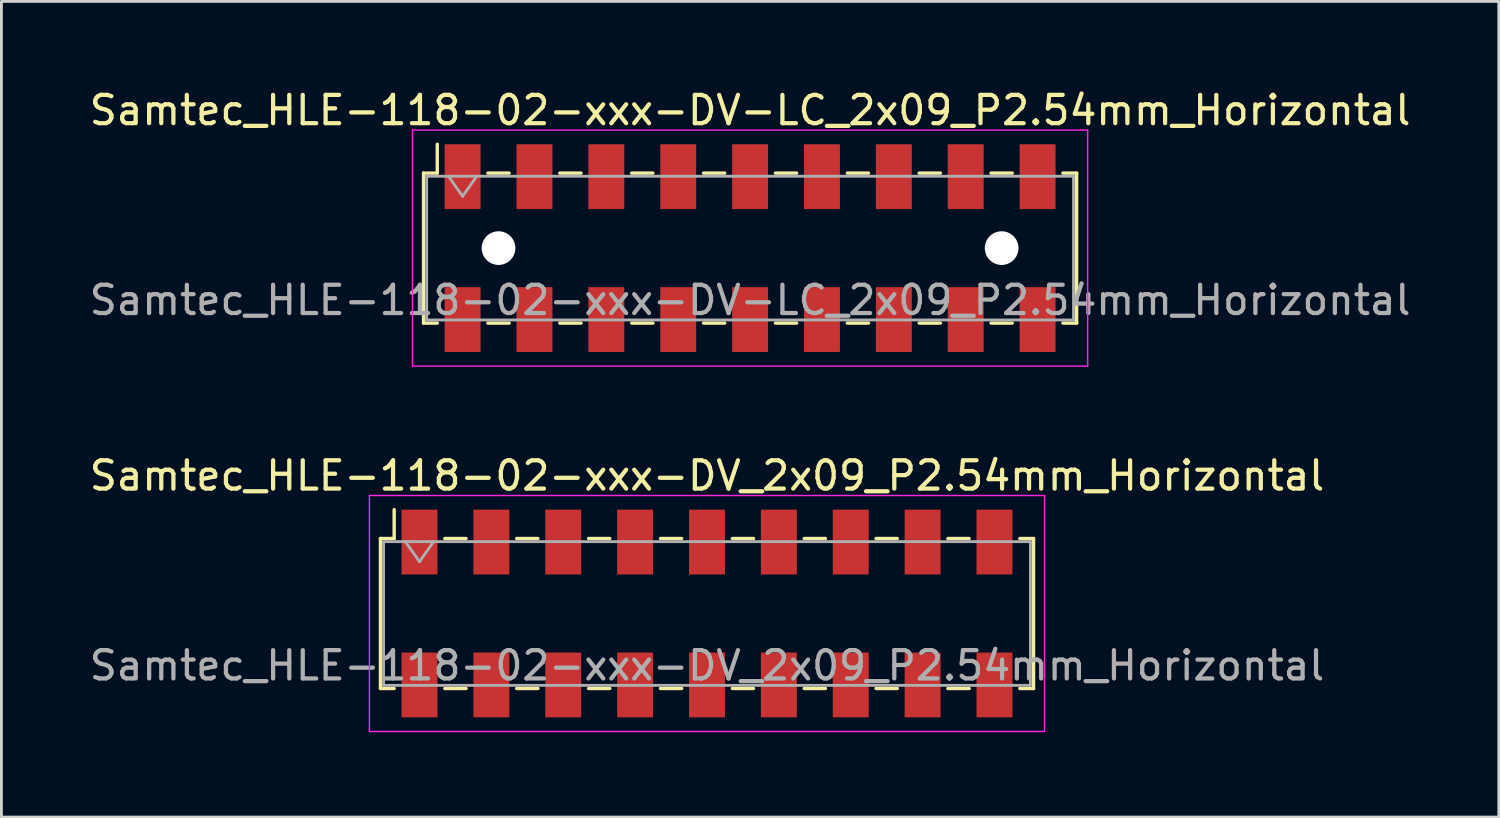
<source format=kicad_pcb>
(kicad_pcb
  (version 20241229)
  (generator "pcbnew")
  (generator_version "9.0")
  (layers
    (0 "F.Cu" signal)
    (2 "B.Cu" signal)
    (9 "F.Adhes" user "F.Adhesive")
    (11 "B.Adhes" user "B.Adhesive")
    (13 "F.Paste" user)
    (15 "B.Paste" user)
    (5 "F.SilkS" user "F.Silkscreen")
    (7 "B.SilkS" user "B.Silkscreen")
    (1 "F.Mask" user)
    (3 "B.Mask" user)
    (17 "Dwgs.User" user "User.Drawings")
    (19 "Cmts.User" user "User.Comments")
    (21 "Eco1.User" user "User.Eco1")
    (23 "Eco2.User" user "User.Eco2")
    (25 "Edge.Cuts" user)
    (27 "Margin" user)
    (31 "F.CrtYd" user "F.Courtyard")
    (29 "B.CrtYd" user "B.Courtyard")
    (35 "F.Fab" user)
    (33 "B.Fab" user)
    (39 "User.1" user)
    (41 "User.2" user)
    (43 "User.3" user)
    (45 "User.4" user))
  (footprint "Samtec_HLE-118-02-xxx-DV_2x09_P2.54mm_Horizontal"
    (layer "F.Cu")
    (at 21.935 18.631)
    (property "Reference" "Samtec_HLE-118-02-xxx-DV_2x09_P2.54mm_Horizontal" (at 0 -4.87 0) (layer "F.SilkS") (effects (font (size 1 1) (thickness 0.15))))
    (attr smd)
    (fp_line (start -11.54 -2.65) (end -11.54 2.65) (stroke (width 0.12) (type solid)) (layer "F.SilkS"))
    (fp_line (start -11.54 2.65) (end -11.055 2.65) (stroke (width 0.12) (type solid)) (layer "F.SilkS"))
    (fp_line (start -11.055 -3.67) (end -11.055 -2.65) (stroke (width 0.12) (type solid)) (layer "F.SilkS"))
    (fp_line (start -11.055 -2.65) (end -11.54 -2.65) (stroke (width 0.12) (type solid)) (layer "F.SilkS"))
    (fp_line (start -9.265 -2.65) (end -8.515 -2.65) (stroke (width 0.12) (type solid)) (layer "F.SilkS"))
    (fp_line (start -9.265 2.65) (end -8.515 2.65) (stroke (width 0.12) (type solid)) (layer "F.SilkS"))
    (fp_line (start -6.725 -2.65) (end -5.975 -2.65) (stroke (width 0.12) (type solid)) (layer "F.SilkS"))
    (fp_line (start -6.725 2.65) (end -5.975 2.65) (stroke (width 0.12) (type solid)) (layer "F.SilkS"))
    (fp_line (start -4.185 -2.65) (end -3.435 -2.65) (stroke (width 0.12) (type solid)) (layer "F.SilkS"))
    (fp_line (start -4.185 2.65) (end -3.435 2.65) (stroke (width 0.12) (type solid)) (layer "F.SilkS"))
    (fp_line (start -1.645 -2.65) (end -0.895 -2.65) (stroke (width 0.12) (type solid)) (layer "F.SilkS"))
    (fp_line (start -1.645 2.65) (end -0.895 2.65) (stroke (width 0.12) (type solid)) (layer "F.SilkS"))
    (fp_line (start 0.895 -2.65) (end 1.645 -2.65) (stroke (width 0.12) (type solid)) (layer "F.SilkS"))
    (fp_line (start 0.895 2.65) (end 1.645 2.65) (stroke (width 0.12) (type solid)) (layer "F.SilkS"))
    (fp_line (start 3.435 -2.65) (end 4.185 -2.65) (stroke (width 0.12) (type solid)) (layer "F.SilkS"))
    (fp_line (start 3.435 2.65) (end 4.185 2.65) (stroke (width 0.12) (type solid)) (layer "F.SilkS"))
    (fp_line (start 5.975 -2.65) (end 6.725 -2.65) (stroke (width 0.12) (type solid)) (layer "F.SilkS"))
    (fp_line (start 5.975 2.65) (end 6.725 2.65) (stroke (width 0.12) (type solid)) (layer "F.SilkS"))
    (fp_line (start 8.515 -2.65) (end 9.265 -2.65) (stroke (width 0.12) (type solid)) (layer "F.SilkS"))
    (fp_line (start 8.515 2.65) (end 9.265 2.65) (stroke (width 0.12) (type solid)) (layer "F.SilkS"))
    (fp_line (start 11.055 -2.65) (end 11.54 -2.65) (stroke (width 0.12) (type solid)) (layer "F.SilkS"))
    (fp_line (start 11.54 -2.65) (end 11.54 2.65) (stroke (width 0.12) (type solid)) (layer "F.SilkS"))
    (fp_line (start 11.54 2.65) (end 11.055 2.65) (stroke (width 0.12) (type solid)) (layer "F.SilkS"))
    (fp_line (start -11.93 -4.17) (end 11.93 -4.17) (stroke (width 0.05) (type solid)) (layer "F.CrtYd"))
    (fp_line (start -11.93 4.17) (end -11.93 -4.17) (stroke (width 0.05) (type solid)) (layer "F.CrtYd"))
    (fp_line (start 11.93 -4.17) (end 11.93 4.17) (stroke (width 0.05) (type solid)) (layer "F.CrtYd"))
    (fp_line (start 11.93 4.17) (end -11.93 4.17) (stroke (width 0.05) (type solid)) (layer "F.CrtYd"))
    (fp_line (start -11.43 -2.54) (end 11.43 -2.54) (stroke (width 0.1) (type solid)) (layer "F.Fab"))
    (fp_line (start -11.43 2.54) (end -11.43 -2.54) (stroke (width 0.1) (type solid)) (layer "F.Fab"))
    (fp_line (start -10.66 -2.54) (end -10.16 -1.833) (stroke (width 0.1) (type solid)) (layer "F.Fab"))
    (fp_line (start -10.16 -1.833) (end -9.66 -2.54) (stroke (width 0.1) (type solid)) (layer "F.Fab"))
    (fp_line (start 11.43 -2.54) (end 11.43 2.54) (stroke (width 0.1) (type solid)) (layer "F.Fab"))
    (fp_line (start 11.43 2.54) (end -11.43 2.54) (stroke (width 0.1) (type solid)) (layer "F.Fab"))
    (fp_text user "${REFERENCE}" (at 0 1.84 0) (layer "F.Fab") (effects (font (size 1 1) (thickness 0.15))))
    (pad "1" smd rect (at -10.16 -2.525) (size 1.27 2.29) (layers "F.Cu" "F.Mask" "F.Paste"))
    (pad "2" smd rect (at -10.16 2.525) (size 1.27 2.29) (layers "F.Cu" "F.Mask" "F.Paste"))
    (pad "3" smd rect (at -7.62 -2.525) (size 1.27 2.29) (layers "F.Cu" "F.Mask" "F.Paste"))
    (pad "4" smd rect (at -7.62 2.525) (size 1.27 2.29) (layers "F.Cu" "F.Mask" "F.Paste"))
    (pad "5" smd rect (at -5.08 -2.525) (size 1.27 2.29) (layers "F.Cu" "F.Mask" "F.Paste"))
    (pad "6" smd rect (at -5.08 2.525) (size 1.27 2.29) (layers "F.Cu" "F.Mask" "F.Paste"))
    (pad "7" smd rect (at -2.54 -2.525) (size 1.27 2.29) (layers "F.Cu" "F.Mask" "F.Paste"))
    (pad "8" smd rect (at -2.54 2.525) (size 1.27 2.29) (layers "F.Cu" "F.Mask" "F.Paste"))
    (pad "9" smd rect (at 0 -2.525) (size 1.27 2.29) (layers "F.Cu" "F.Mask" "F.Paste"))
    (pad "10" smd rect (at 0 2.525) (size 1.27 2.29) (layers "F.Cu" "F.Mask" "F.Paste"))
    (pad "11" smd rect (at 2.54 -2.525) (size 1.27 2.29) (layers "F.Cu" "F.Mask" "F.Paste"))
    (pad "12" smd rect (at 2.54 2.525) (size 1.27 2.29) (layers "F.Cu" "F.Mask" "F.Paste"))
    (pad "13" smd rect (at 5.08 -2.525) (size 1.27 2.29) (layers "F.Cu" "F.Mask" "F.Paste"))
    (pad "14" smd rect (at 5.08 2.525) (size 1.27 2.29) (layers "F.Cu" "F.Mask" "F.Paste"))
    (pad "15" smd rect (at 7.62 -2.525) (size 1.27 2.29) (layers "F.Cu" "F.Mask" "F.Paste"))
    (pad "16" smd rect (at 7.62 2.525) (size 1.27 2.29) (layers "F.Cu" "F.Mask" "F.Paste"))
    (pad "17" smd rect (at 10.16 -2.525) (size 1.27 2.29) (layers "F.Cu" "F.Mask" "F.Paste"))
    (pad "18" smd rect (at 10.16 2.525) (size 1.27 2.29) (layers "F.Cu" "F.Mask" "F.Paste")))
  (footprint "Samtec_HLE-118-02-xxx-DV-LC_2x09_P2.54mm_Horizontal"
    (layer "F.Cu")
    (at 23.458 5.718)
    (property "Reference" "Samtec_HLE-118-02-xxx-DV-LC_2x09_P2.54mm_Horizontal" (at 0 -4.87 0) (layer "F.SilkS") (effects (font (size 1 1) (thickness 0.15))))
    (attr smd)
    (fp_line (start -11.54 -2.65) (end -11.54 2.65) (stroke (width 0.12) (type solid)) (layer "F.SilkS"))
    (fp_line (start -11.54 2.65) (end -11.055 2.65) (stroke (width 0.12) (type solid)) (layer "F.SilkS"))
    (fp_line (start -11.055 -3.67) (end -11.055 -2.65) (stroke (width 0.12) (type solid)) (layer "F.SilkS"))
    (fp_line (start -11.055 -2.65) (end -11.54 -2.65) (stroke (width 0.12) (type solid)) (layer "F.SilkS"))
    (fp_line (start -9.265 -2.65) (end -8.515 -2.65) (stroke (width 0.12) (type solid)) (layer "F.SilkS"))
    (fp_line (start -9.265 2.65) (end -8.515 2.65) (stroke (width 0.12) (type solid)) (layer "F.SilkS"))
    (fp_line (start -6.725 -2.65) (end -5.975 -2.65) (stroke (width 0.12) (type solid)) (layer "F.SilkS"))
    (fp_line (start -6.725 2.65) (end -5.975 2.65) (stroke (width 0.12) (type solid)) (layer "F.SilkS"))
    (fp_line (start -4.185 -2.65) (end -3.435 -2.65) (stroke (width 0.12) (type solid)) (layer "F.SilkS"))
    (fp_line (start -4.185 2.65) (end -3.435 2.65) (stroke (width 0.12) (type solid)) (layer "F.SilkS"))
    (fp_line (start -1.645 -2.65) (end -0.895 -2.65) (stroke (width 0.12) (type solid)) (layer "F.SilkS"))
    (fp_line (start -1.645 2.65) (end -0.895 2.65) (stroke (width 0.12) (type solid)) (layer "F.SilkS"))
    (fp_line (start 0.895 -2.65) (end 1.645 -2.65) (stroke (width 0.12) (type solid)) (layer "F.SilkS"))
    (fp_line (start 0.895 2.65) (end 1.645 2.65) (stroke (width 0.12) (type solid)) (layer "F.SilkS"))
    (fp_line (start 3.435 -2.65) (end 4.185 -2.65) (stroke (width 0.12) (type solid)) (layer "F.SilkS"))
    (fp_line (start 3.435 2.65) (end 4.185 2.65) (stroke (width 0.12) (type solid)) (layer "F.SilkS"))
    (fp_line (start 5.975 -2.65) (end 6.725 -2.65) (stroke (width 0.12) (type solid)) (layer "F.SilkS"))
    (fp_line (start 5.975 2.65) (end 6.725 2.65) (stroke (width 0.12) (type solid)) (layer "F.SilkS"))
    (fp_line (start 8.515 -2.65) (end 9.265 -2.65) (stroke (width 0.12) (type solid)) (layer "F.SilkS"))
    (fp_line (start 8.515 2.65) (end 9.265 2.65) (stroke (width 0.12) (type solid)) (layer "F.SilkS"))
    (fp_line (start 11.055 -2.65) (end 11.54 -2.65) (stroke (width 0.12) (type solid)) (layer "F.SilkS"))
    (fp_line (start 11.54 -2.65) (end 11.54 2.65) (stroke (width 0.12) (type solid)) (layer "F.SilkS"))
    (fp_line (start 11.54 2.65) (end 11.055 2.65) (stroke (width 0.12) (type solid)) (layer "F.SilkS"))
    (fp_line (start -11.93 -4.17) (end 11.93 -4.17) (stroke (width 0.05) (type solid)) (layer "F.CrtYd"))
    (fp_line (start -11.93 4.17) (end -11.93 -4.17) (stroke (width 0.05) (type solid)) (layer "F.CrtYd"))
    (fp_line (start 11.93 -4.17) (end 11.93 4.17) (stroke (width 0.05) (type solid)) (layer "F.CrtYd"))
    (fp_line (start 11.93 4.17) (end -11.93 4.17) (stroke (width 0.05) (type solid)) (layer "F.CrtYd"))
    (fp_line (start -11.43 -2.54) (end 11.43 -2.54) (stroke (width 0.1) (type solid)) (layer "F.Fab"))
    (fp_line (start -11.43 2.54) (end -11.43 -2.54) (stroke (width 0.1) (type solid)) (layer "F.Fab"))
    (fp_line (start -10.66 -2.54) (end -10.16 -1.833) (stroke (width 0.1) (type solid)) (layer "F.Fab"))
    (fp_line (start -10.16 -1.833) (end -9.66 -2.54) (stroke (width 0.1) (type solid)) (layer "F.Fab"))
    (fp_line (start 11.43 -2.54) (end 11.43 2.54) (stroke (width 0.1) (type solid)) (layer "F.Fab"))
    (fp_line (start 11.43 2.54) (end -11.43 2.54) (stroke (width 0.1) (type solid)) (layer "F.Fab"))
    (fp_text user "${REFERENCE}" (at 0 1.84 0) (layer "F.Fab") (effects (font (size 1 1) (thickness 0.15))))
    (pad "" np_thru_hole circle (at -8.89 0) (size 1.19 1.19) (drill 1.19) (layers "*.Cu" "*.Mask"))
    (pad "" np_thru_hole circle (at 8.89 0) (size 1.19 1.19) (drill 1.19) (layers "*.Cu" "*.Mask"))
    (pad "1" smd rect (at -10.16 -2.525) (size 1.27 2.29) (layers "F.Cu" "F.Mask" "F.Paste"))
    (pad "2" smd rect (at -10.16 2.525) (size 1.27 2.29) (layers "F.Cu" "F.Mask" "F.Paste"))
    (pad "3" smd rect (at -7.62 -2.525) (size 1.27 2.29) (layers "F.Cu" "F.Mask" "F.Paste"))
    (pad "4" smd rect (at -7.62 2.525) (size 1.27 2.29) (layers "F.Cu" "F.Mask" "F.Paste"))
    (pad "5" smd rect (at -5.08 -2.525) (size 1.27 2.29) (layers "F.Cu" "F.Mask" "F.Paste"))
    (pad "6" smd rect (at -5.08 2.525) (size 1.27 2.29) (layers "F.Cu" "F.Mask" "F.Paste"))
    (pad "7" smd rect (at -2.54 -2.525) (size 1.27 2.29) (layers "F.Cu" "F.Mask" "F.Paste"))
    (pad "8" smd rect (at -2.54 2.525) (size 1.27 2.29) (layers "F.Cu" "F.Mask" "F.Paste"))
    (pad "9" smd rect (at 0 -2.525) (size 1.27 2.29) (layers "F.Cu" "F.Mask" "F.Paste"))
    (pad "10" smd rect (at 0 2.525) (size 1.27 2.29) (layers "F.Cu" "F.Mask" "F.Paste"))
    (pad "11" smd rect (at 2.54 -2.525) (size 1.27 2.29) (layers "F.Cu" "F.Mask" "F.Paste"))
    (pad "12" smd rect (at 2.54 2.525) (size 1.27 2.29) (layers "F.Cu" "F.Mask" "F.Paste"))
    (pad "13" smd rect (at 5.08 -2.525) (size 1.27 2.29) (layers "F.Cu" "F.Mask" "F.Paste"))
    (pad "14" smd rect (at 5.08 2.525) (size 1.27 2.29) (layers "F.Cu" "F.Mask" "F.Paste"))
    (pad "15" smd rect (at 7.62 -2.525) (size 1.27 2.29) (layers "F.Cu" "F.Mask" "F.Paste"))
    (pad "16" smd rect (at 7.62 2.525) (size 1.27 2.29) (layers "F.Cu" "F.Mask" "F.Paste"))
    (pad "17" smd rect (at 10.16 -2.525) (size 1.27 2.29) (layers "F.Cu" "F.Mask" "F.Paste"))
    (pad "18" smd rect (at 10.16 2.525) (size 1.27 2.29) (layers "F.Cu" "F.Mask" "F.Paste")))
  (gr_rect
    (start -3 -3)
    (end 49.917 25.826)
    (stroke (width 0.1) (type default))
    (fill no)
    (layer "Edge.Cuts")))
</source>
